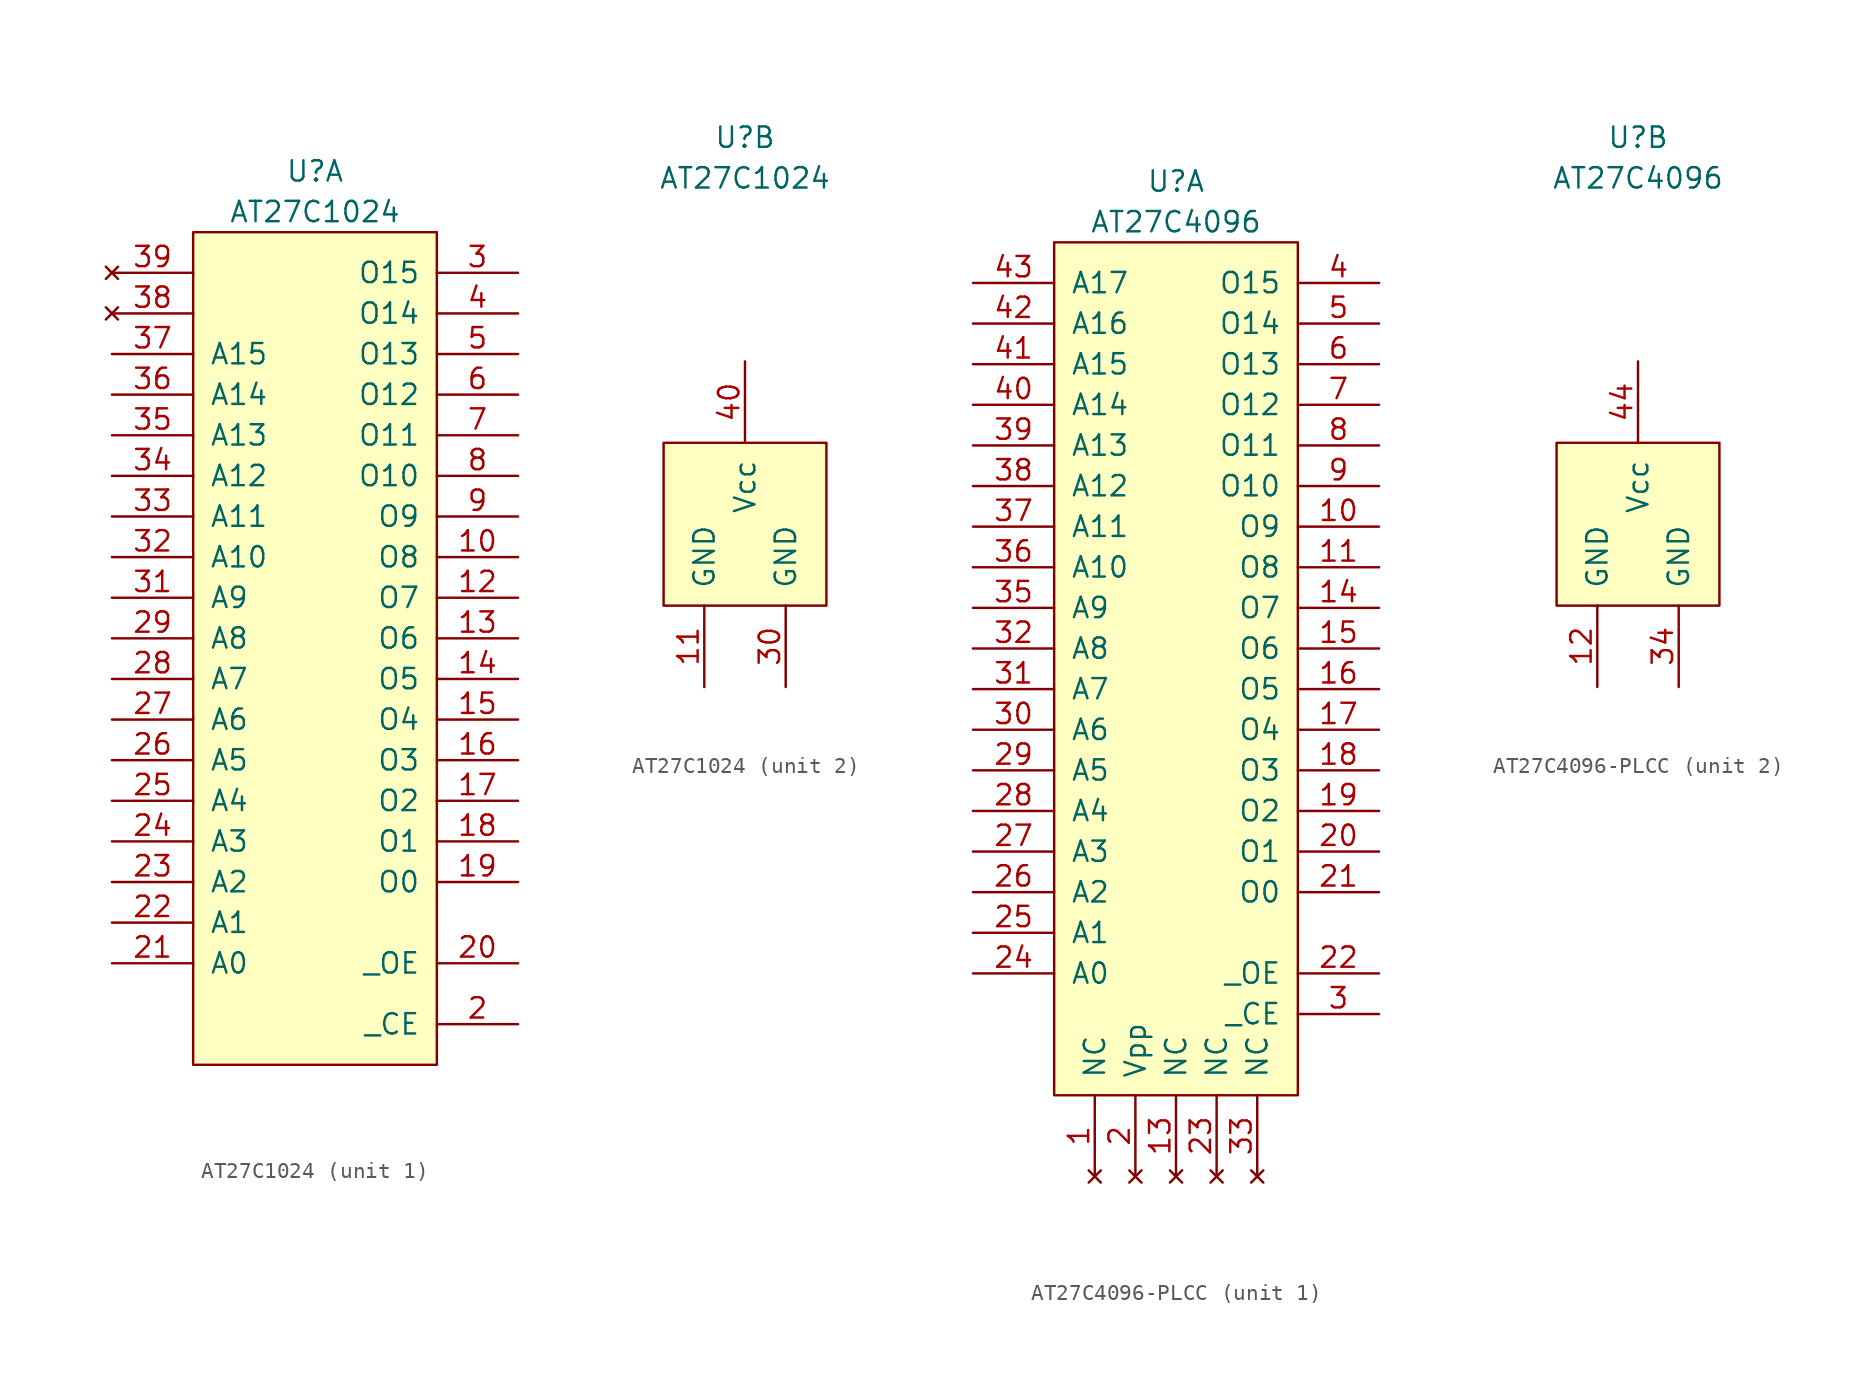
<source format=kicad_sym>
(kicad_symbol_lib
  (version 20231120)
  (generator "kicad_symbol_editor")
  (generator_version "8.0")
  (symbol "AT27C1024"
    (pin_names
      (offset 1.016))
    (property "Reference" "U"
      (at 0 24.13 0)
      (effects (font (size 1.27 1.27))))
    (property "Value" "AT27C1024"
      (at 0 21.59 0)
      (effects (font (size 1.27 1.27))))
    (property "ki_locked" ""
      (at 0 0 0)
      (effects (font (size 1.27 1.27))))
    (symbol "AT27C1024_1_1"
      (rectangle (start -7.62 20.32) (end 7.62 -31.75) (stroke (width 0) (type solid)) (fill (type background)))
      (pin input line (at 12.7 0 180) (length 5.08) (name "O8" (effects (font (size 1.27 1.27)))) (number "10" (effects (font (size 1.27 1.27)))))
      (pin input line (at 12.7 -2.54 180) (length 5.08) (name "O7" (effects (font (size 1.27 1.27)))) (number "12" (effects (font (size 1.27 1.27)))))
      (pin input line (at 12.7 -5.08 180) (length 5.08) (name "O6" (effects (font (size 1.27 1.27)))) (number "13" (effects (font (size 1.27 1.27)))))
      (pin input line (at 12.7 -7.62 180) (length 5.08) (name "O5" (effects (font (size 1.27 1.27)))) (number "14" (effects (font (size 1.27 1.27)))))
      (pin input line (at 12.7 -10.16 180) (length 5.08) (name "O4" (effects (font (size 1.27 1.27)))) (number "15" (effects (font (size 1.27 1.27)))))
      (pin input line (at 12.7 -12.7 180) (length 5.08) (name "O3" (effects (font (size 1.27 1.27)))) (number "16" (effects (font (size 1.27 1.27)))))
      (pin input line (at 12.7 -15.24 180) (length 5.08) (name "O2" (effects (font (size 1.27 1.27)))) (number "17" (effects (font (size 1.27 1.27)))))
      (pin input line (at 12.7 -17.78 180) (length 5.08) (name "O1" (effects (font (size 1.27 1.27)))) (number "18" (effects (font (size 1.27 1.27)))))
      (pin input line (at 12.7 -20.32 180) (length 5.08) (name "O0" (effects (font (size 1.27 1.27)))) (number "19" (effects (font (size 1.27 1.27)))))
      (pin input line (at 12.7 -29.21 180) (length 5.08) (name "_CE" (effects (font (size 1.27 1.27)))) (number "2" (effects (font (size 1.27 1.27)))))
      (pin input line (at 12.7 -25.4 180) (length 5.08) (name "_OE" (effects (font (size 1.27 1.27)))) (number "20" (effects (font (size 1.27 1.27)))))
      (pin input line (at -12.7 -25.4 0) (length 5.08) (name "A0" (effects (font (size 1.27 1.27)))) (number "21" (effects (font (size 1.27 1.27)))))
      (pin input line (at -12.7 -22.86 0) (length 5.08) (name "A1" (effects (font (size 1.27 1.27)))) (number "22" (effects (font (size 1.27 1.27)))))
      (pin input line (at -12.7 -20.32 0) (length 5.08) (name "A2" (effects (font (size 1.27 1.27)))) (number "23" (effects (font (size 1.27 1.27)))))
      (pin input line (at -12.7 -17.78 0) (length 5.08) (name "A3" (effects (font (size 1.27 1.27)))) (number "24" (effects (font (size 1.27 1.27)))))
      (pin input line (at -12.7 -15.24 0) (length 5.08) (name "A4" (effects (font (size 1.27 1.27)))) (number "25" (effects (font (size 1.27 1.27)))))
      (pin input line (at -12.7 -12.7 0) (length 5.08) (name "A5" (effects (font (size 1.27 1.27)))) (number "26" (effects (font (size 1.27 1.27)))))
      (pin input line (at -12.7 -10.16 0) (length 5.08) (name "A6" (effects (font (size 1.27 1.27)))) (number "27" (effects (font (size 1.27 1.27)))))
      (pin input line (at -12.7 -7.62 0) (length 5.08) (name "A7" (effects (font (size 1.27 1.27)))) (number "28" (effects (font (size 1.27 1.27)))))
      (pin input line (at -12.7 -5.08 0) (length 5.08) (name "A8" (effects (font (size 1.27 1.27)))) (number "29" (effects (font (size 1.27 1.27)))))
      (pin input line (at 12.7 17.78 180) (length 5.08) (name "O15" (effects (font (size 1.27 1.27)))) (number "3" (effects (font (size 1.27 1.27)))))
      (pin input line (at -12.7 -2.54 0) (length 5.08) (name "A9" (effects (font (size 1.27 1.27)))) (number "31" (effects (font (size 1.27 1.27)))))
      (pin input line (at -12.7 0 0) (length 5.08) (name "A10" (effects (font (size 1.27 1.27)))) (number "32" (effects (font (size 1.27 1.27)))))
      (pin input line (at -12.7 2.54 0) (length 5.08) (name "A11" (effects (font (size 1.27 1.27)))) (number "33" (effects (font (size 1.27 1.27)))))
      (pin input line (at -12.7 5.08 0) (length 5.08) (name "A12" (effects (font (size 1.27 1.27)))) (number "34" (effects (font (size 1.27 1.27)))))
      (pin input line (at -12.7 7.62 0) (length 5.08) (name "A13" (effects (font (size 1.27 1.27)))) (number "35" (effects (font (size 1.27 1.27)))))
      (pin input line (at -12.7 10.16 0) (length 5.08) (name "A14" (effects (font (size 1.27 1.27)))) (number "36" (effects (font (size 1.27 1.27)))))
      (pin input line (at -12.7 12.7 0) (length 5.08) (name "A15" (effects (font (size 1.27 1.27)))) (number "37" (effects (font (size 1.27 1.27)))))
      (pin no_connect line (at -12.7 15.24 0) (length 5.08) (name "" (effects (font (size 1.27 1.27)))) (number "38" (effects (font (size 1.27 1.27)))))
      (pin no_connect line (at -12.7 17.78 0) (length 5.08) (name "" (effects (font (size 1.27 1.27)))) (number "39" (effects (font (size 1.27 1.27)))))
      (pin input line (at 12.7 15.24 180) (length 5.08) (name "O14" (effects (font (size 1.27 1.27)))) (number "4" (effects (font (size 1.27 1.27)))))
      (pin input line (at 12.7 12.7 180) (length 5.08) (name "O13" (effects (font (size 1.27 1.27)))) (number "5" (effects (font (size 1.27 1.27)))))
      (pin input line (at 12.7 10.16 180) (length 5.08) (name "O12" (effects (font (size 1.27 1.27)))) (number "6" (effects (font (size 1.27 1.27)))))
      (pin input line (at 12.7 7.62 180) (length 5.08) (name "O11" (effects (font (size 1.27 1.27)))) (number "7" (effects (font (size 1.27 1.27)))))
      (pin input line (at 12.7 5.08 180) (length 5.08) (name "O10" (effects (font (size 1.27 1.27)))) (number "8" (effects (font (size 1.27 1.27)))))
      (pin input line (at 12.7 2.54 180) (length 5.08) (name "O9" (effects (font (size 1.27 1.27)))) (number "9" (effects (font (size 1.27 1.27))))))
    (symbol "AT27C1024_2_1"
      (rectangle (start -5.08 5.08) (end 5.08 -5.08) (stroke (width 0) (type solid)) (fill (type background)))
      (pin power_in line (at -2.54 -10.16 90) (length 5.08) (name "GND" (effects (font (size 1.27 1.27)))) (number "11" (effects (font (size 1.27 1.27)))))
      (pin power_in line (at 2.54 -10.16 90) (length 5.08) (name "GND" (effects (font (size 1.27 1.27)))) (number "30" (effects (font (size 1.27 1.27)))))
      (pin power_in line (at 0 10.16 270) (length 5.08) (name "Vcc" (effects (font (size 1.27 1.27)))) (number "40" (effects (font (size 1.27 1.27)))))))
  (symbol "AT27C4096-PLCC"
    (pin_names
      (offset 1.016))
    (property "Reference" "U"
      (at 0 24.13 0)
      (effects (font (size 1.27 1.27))))
    (property "Value" "AT27C4096"
      (at 0 21.59 0)
      (effects (font (size 1.27 1.27))))
    (property "ki_locked" ""
      (at 0 0 0)
      (effects (font (size 1.27 1.27))))
    (symbol "AT27C4096-PLCC_1_0"
      (pin input line (at -12.7 10.16 0) (length 5.08) (name "A14" (effects (font (size 1.27 1.27)))) (number "40" (effects (font (size 1.27 1.27)))))
      (pin input line (at -12.7 12.7 0) (length 5.08) (name "A15" (effects (font (size 1.27 1.27)))) (number "41" (effects (font (size 1.27 1.27)))))
      (pin input line (at -12.7 15.24 0) (length 5.08) (name "A16" (effects (font (size 1.27 1.27)))) (number "42" (effects (font (size 1.27 1.27)))))
      (pin input line (at -12.7 17.78 0) (length 5.08) (name "A17" (effects (font (size 1.27 1.27)))) (number "43" (effects (font (size 1.27 1.27))))))
    (symbol "AT27C4096-PLCC_1_1"
      (rectangle (start -7.62 20.32) (end 7.62 -33.02) (stroke (width 0) (type solid)) (fill (type background)))
      (pin no_connect line (at -5.08 -38.1 90) (length 5.08) (name "NC" (effects (font (size 1.27 1.27)))) (number "1" (effects (font (size 1.27 1.27)))))
      (pin input line (at 12.7 2.54 180) (length 5.08) (name "O9" (effects (font (size 1.27 1.27)))) (number "10" (effects (font (size 1.27 1.27)))))
      (pin input line (at 12.7 0 180) (length 5.08) (name "O8" (effects (font (size 1.27 1.27)))) (number "11" (effects (font (size 1.27 1.27)))))
      (pin no_connect line (at 0 -38.1 90) (length 5.08) (name "NC" (effects (font (size 1.27 1.27)))) (number "13" (effects (font (size 1.27 1.27)))))
      (pin input line (at 12.7 -2.54 180) (length 5.08) (name "O7" (effects (font (size 1.27 1.27)))) (number "14" (effects (font (size 1.27 1.27)))))
      (pin input line (at 12.7 -5.08 180) (length 5.08) (name "O6" (effects (font (size 1.27 1.27)))) (number "15" (effects (font (size 1.27 1.27)))))
      (pin input line (at 12.7 -7.62 180) (length 5.08) (name "O5" (effects (font (size 1.27 1.27)))) (number "16" (effects (font (size 1.27 1.27)))))
      (pin input line (at 12.7 -10.16 180) (length 5.08) (name "O4" (effects (font (size 1.27 1.27)))) (number "17" (effects (font (size 1.27 1.27)))))
      (pin input line (at 12.7 -12.7 180) (length 5.08) (name "O3" (effects (font (size 1.27 1.27)))) (number "18" (effects (font (size 1.27 1.27)))))
      (pin input line (at 12.7 -15.24 180) (length 5.08) (name "O2" (effects (font (size 1.27 1.27)))) (number "19" (effects (font (size 1.27 1.27)))))
      (pin no_connect line (at -2.54 -38.1 90) (length 5.08) (name "Vpp" (effects (font (size 1.27 1.27)))) (number "2" (effects (font (size 1.27 1.27)))))
      (pin input line (at 12.7 -17.78 180) (length 5.08) (name "O1" (effects (font (size 1.27 1.27)))) (number "20" (effects (font (size 1.27 1.27)))))
      (pin input line (at 12.7 -20.32 180) (length 5.08) (name "O0" (effects (font (size 1.27 1.27)))) (number "21" (effects (font (size 1.27 1.27)))))
      (pin input line (at 12.7 -25.4 180) (length 5.08) (name "_OE" (effects (font (size 1.27 1.27)))) (number "22" (effects (font (size 1.27 1.27)))))
      (pin no_connect line (at 2.54 -38.1 90) (length 5.08) (name "NC" (effects (font (size 1.27 1.27)))) (number "23" (effects (font (size 1.27 1.27)))))
      (pin input line (at -12.7 -25.4 0) (length 5.08) (name "A0" (effects (font (size 1.27 1.27)))) (number "24" (effects (font (size 1.27 1.27)))))
      (pin input line (at -12.7 -22.86 0) (length 5.08) (name "A1" (effects (font (size 1.27 1.27)))) (number "25" (effects (font (size 1.27 1.27)))))
      (pin input line (at -12.7 -20.32 0) (length 5.08) (name "A2" (effects (font (size 1.27 1.27)))) (number "26" (effects (font (size 1.27 1.27)))))
      (pin input line (at -12.7 -17.78 0) (length 5.08) (name "A3" (effects (font (size 1.27 1.27)))) (number "27" (effects (font (size 1.27 1.27)))))
      (pin input line (at -12.7 -15.24 0) (length 5.08) (name "A4" (effects (font (size 1.27 1.27)))) (number "28" (effects (font (size 1.27 1.27)))))
      (pin input line (at -12.7 -12.7 0) (length 5.08) (name "A5" (effects (font (size 1.27 1.27)))) (number "29" (effects (font (size 1.27 1.27)))))
      (pin input line (at 12.7 -27.94 180) (length 5.08) (name "_CE" (effects (font (size 1.27 1.27)))) (number "3" (effects (font (size 1.27 1.27)))))
      (pin input line (at -12.7 -10.16 0) (length 5.08) (name "A6" (effects (font (size 1.27 1.27)))) (number "30" (effects (font (size 1.27 1.27)))))
      (pin input line (at -12.7 -7.62 0) (length 5.08) (name "A7" (effects (font (size 1.27 1.27)))) (number "31" (effects (font (size 1.27 1.27)))))
      (pin input line (at -12.7 -5.08 0) (length 5.08) (name "A8" (effects (font (size 1.27 1.27)))) (number "32" (effects (font (size 1.27 1.27)))))
      (pin no_connect line (at 5.08 -38.1 90) (length 5.08) (name "NC" (effects (font (size 1.27 1.27)))) (number "33" (effects (font (size 1.27 1.27)))))
      (pin input line (at -12.7 -2.54 0) (length 5.08) (name "A9" (effects (font (size 1.27 1.27)))) (number "35" (effects (font (size 1.27 1.27)))))
      (pin input line (at -12.7 0 0) (length 5.08) (name "A10" (effects (font (size 1.27 1.27)))) (number "36" (effects (font (size 1.27 1.27)))))
      (pin input line (at -12.7 2.54 0) (length 5.08) (name "A11" (effects (font (size 1.27 1.27)))) (number "37" (effects (font (size 1.27 1.27)))))
      (pin input line (at -12.7 5.08 0) (length 5.08) (name "A12" (effects (font (size 1.27 1.27)))) (number "38" (effects (font (size 1.27 1.27)))))
      (pin input line (at -12.7 7.62 0) (length 5.08) (name "A13" (effects (font (size 1.27 1.27)))) (number "39" (effects (font (size 1.27 1.27)))))
      (pin input line (at 12.7 17.78 180) (length 5.08) (name "O15" (effects (font (size 1.27 1.27)))) (number "4" (effects (font (size 1.27 1.27)))))
      (pin input line (at 12.7 15.24 180) (length 5.08) (name "O14" (effects (font (size 1.27 1.27)))) (number "5" (effects (font (size 1.27 1.27)))))
      (pin input line (at 12.7 12.7 180) (length 5.08) (name "O13" (effects (font (size 1.27 1.27)))) (number "6" (effects (font (size 1.27 1.27)))))
      (pin input line (at 12.7 10.16 180) (length 5.08) (name "O12" (effects (font (size 1.27 1.27)))) (number "7" (effects (font (size 1.27 1.27)))))
      (pin input line (at 12.7 7.62 180) (length 5.08) (name "O11" (effects (font (size 1.27 1.27)))) (number "8" (effects (font (size 1.27 1.27)))))
      (pin input line (at 12.7 5.08 180) (length 5.08) (name "O10" (effects (font (size 1.27 1.27)))) (number "9" (effects (font (size 1.27 1.27))))))
    (symbol "AT27C4096-PLCC_2_0"
      (pin power_in line (at 0 10.16 270) (length 5.08) (name "Vcc" (effects (font (size 1.27 1.27)))) (number "44" (effects (font (size 1.27 1.27))))))
    (symbol "AT27C4096-PLCC_2_1"
      (rectangle (start -5.08 5.08) (end 5.08 -5.08) (stroke (width 0) (type solid)) (fill (type background)))
      (pin power_in line (at -2.54 -10.16 90) (length 5.08) (name "GND" (effects (font (size 1.27 1.27)))) (number "12" (effects (font (size 1.27 1.27)))))
      (pin power_in line (at 2.54 -10.16 90) (length 5.08) (name "GND" (effects (font (size 1.27 1.27)))) (number "34" (effects (font (size 1.27 1.27))))))))
</source>
